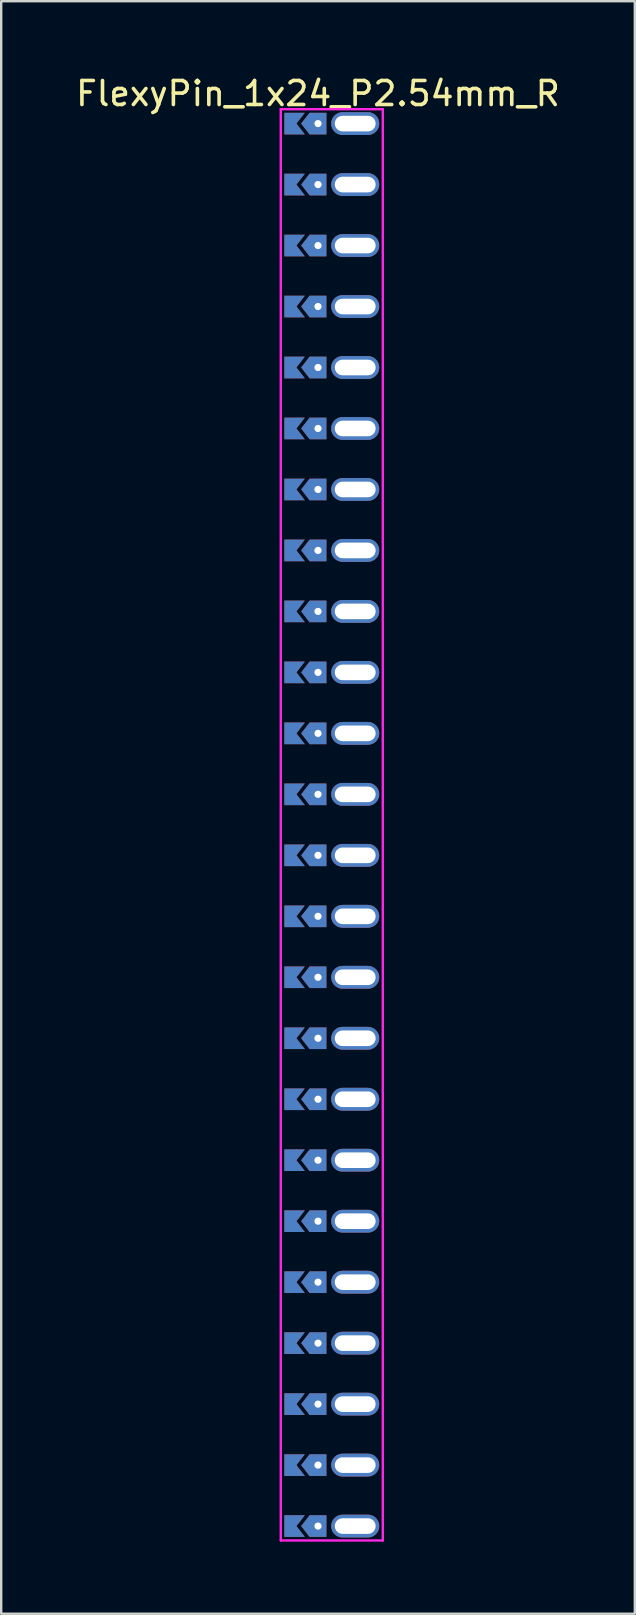
<source format=kicad_pcb>
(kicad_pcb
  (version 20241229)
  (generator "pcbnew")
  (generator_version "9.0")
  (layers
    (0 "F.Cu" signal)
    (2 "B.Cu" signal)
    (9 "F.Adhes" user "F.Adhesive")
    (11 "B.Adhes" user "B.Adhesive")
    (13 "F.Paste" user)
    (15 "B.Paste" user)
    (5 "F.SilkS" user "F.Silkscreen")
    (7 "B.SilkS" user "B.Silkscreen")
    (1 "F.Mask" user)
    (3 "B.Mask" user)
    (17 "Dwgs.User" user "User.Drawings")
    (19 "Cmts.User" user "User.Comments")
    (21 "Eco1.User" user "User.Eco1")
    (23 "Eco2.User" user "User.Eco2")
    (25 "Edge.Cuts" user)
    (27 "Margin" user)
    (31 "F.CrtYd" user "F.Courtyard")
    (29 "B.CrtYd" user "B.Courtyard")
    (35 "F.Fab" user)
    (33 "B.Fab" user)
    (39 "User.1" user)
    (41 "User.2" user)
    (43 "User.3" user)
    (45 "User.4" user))
  (footprint "FlexyPin_1x24_P2.54mm_R"
    (layer "F.Cu")
    (at 10.196 2.098)
    (property "Reference" "FlexyPin_1x24_P2.54mm_R" (at 0 -1.25 0) (layer "F.SilkS") (effects (font (size 1 1) (thickness 0.15))))
    (attr through_hole)
    (fp_line (start -1.55 -0.6) (end 2.7 -0.6) (stroke (width 0.1) (type solid)) (layer "F.CrtYd"))
    (fp_line (start -1.55 59.02) (end -1.55 -0.6) (stroke (width 0.1) (type solid)) (layer "F.CrtYd"))
    (fp_line (start 2.7 -0.6) (end 2.7 59.02) (stroke (width 0.1) (type solid)) (layer "F.CrtYd"))
    (fp_line (start 2.7 59.02) (end -1.55 59.02) (stroke (width 0.1) (type solid)) (layer "F.CrtYd"))
    (pad "" thru_hole custom (at 0 0) (size 0.3 0.3) (drill 0.6) (layers "*.Cu" "*.Mask") (options (anchor rect)) (primitives (gr_poly (pts (xy 0.35 0.45) (xy 0.35 -0.45) (xy -0.35 -0.45) (xy -0.7 0) (xy -0.35 0.45)) (width 0) (fill yes))))
    (pad "" thru_hole custom (at 0 2.54) (size 0.3 0.3) (drill 0.6) (layers "*.Cu" "*.Mask") (options (anchor rect)) (primitives (gr_poly (pts (xy 0.35 0.45) (xy 0.35 -0.45) (xy -0.35 -0.45) (xy -0.7 0) (xy -0.35 0.45)) (width 0) (fill yes))))
    (pad "" thru_hole custom (at 0 5.08) (size 0.3 0.3) (drill 0.6) (layers "*.Cu" "*.Mask") (options (anchor rect)) (primitives (gr_poly (pts (xy 0.35 0.45) (xy 0.35 -0.45) (xy -0.35 -0.45) (xy -0.7 0) (xy -0.35 0.45)) (width 0) (fill yes))))
    (pad "" thru_hole custom (at 0 7.62) (size 0.3 0.3) (drill 0.6) (layers "*.Cu" "*.Mask") (options (anchor rect)) (primitives (gr_poly (pts (xy 0.35 0.45) (xy 0.35 -0.45) (xy -0.35 -0.45) (xy -0.7 0) (xy -0.35 0.45)) (width 0) (fill yes))))
    (pad "" thru_hole custom (at 0 10.16) (size 0.3 0.3) (drill 0.6) (layers "*.Cu" "*.Mask") (options (anchor rect)) (primitives (gr_poly (pts (xy 0.35 0.45) (xy 0.35 -0.45) (xy -0.35 -0.45) (xy -0.7 0) (xy -0.35 0.45)) (width 0) (fill yes))))
    (pad "" thru_hole custom (at 0 12.7) (size 0.3 0.3) (drill 0.6) (layers "*.Cu" "*.Mask") (options (anchor rect)) (primitives (gr_poly (pts (xy 0.35 0.45) (xy 0.35 -0.45) (xy -0.35 -0.45) (xy -0.7 0) (xy -0.35 0.45)) (width 0) (fill yes))))
    (pad "" thru_hole custom (at 0 15.24) (size 0.3 0.3) (drill 0.6) (layers "*.Cu" "*.Mask") (options (anchor rect)) (primitives (gr_poly (pts (xy 0.35 0.45) (xy 0.35 -0.45) (xy -0.35 -0.45) (xy -0.7 0) (xy -0.35 0.45)) (width 0) (fill yes))))
    (pad "" thru_hole custom (at 0 17.78) (size 0.3 0.3) (drill 0.6) (layers "*.Cu" "*.Mask") (options (anchor rect)) (primitives (gr_poly (pts (xy 0.35 0.45) (xy 0.35 -0.45) (xy -0.35 -0.45) (xy -0.7 0) (xy -0.35 0.45)) (width 0) (fill yes))))
    (pad "" thru_hole custom (at 0 20.32) (size 0.3 0.3) (drill 0.6) (layers "*.Cu" "*.Mask") (options (anchor rect)) (primitives (gr_poly (pts (xy 0.35 0.45) (xy 0.35 -0.45) (xy -0.35 -0.45) (xy -0.7 0) (xy -0.35 0.45)) (width 0) (fill yes))))
    (pad "" thru_hole custom (at 0 22.86) (size 0.3 0.3) (drill 0.6) (layers "*.Cu" "*.Mask") (options (anchor rect)) (primitives (gr_poly (pts (xy 0.35 0.45) (xy 0.35 -0.45) (xy -0.35 -0.45) (xy -0.7 0) (xy -0.35 0.45)) (width 0) (fill yes))))
    (pad "" thru_hole custom (at 0 25.4) (size 0.3 0.3) (drill 0.6) (layers "*.Cu" "*.Mask") (options (anchor rect)) (primitives (gr_poly (pts (xy 0.35 0.45) (xy 0.35 -0.45) (xy -0.35 -0.45) (xy -0.7 0) (xy -0.35 0.45)) (width 0) (fill yes))))
    (pad "" thru_hole custom (at 0 27.94) (size 0.3 0.3) (drill 0.6) (layers "*.Cu" "*.Mask") (options (anchor rect)) (primitives (gr_poly (pts (xy 0.35 0.45) (xy 0.35 -0.45) (xy -0.35 -0.45) (xy -0.7 0) (xy -0.35 0.45)) (width 0) (fill yes))))
    (pad "" thru_hole custom (at 0 30.48) (size 0.3 0.3) (drill 0.6) (layers "*.Cu" "*.Mask") (options (anchor rect)) (primitives (gr_poly (pts (xy 0.35 0.45) (xy 0.35 -0.45) (xy -0.35 -0.45) (xy -0.7 0) (xy -0.35 0.45)) (width 0) (fill yes))))
    (pad "" thru_hole custom (at 0 33.02) (size 0.3 0.3) (drill 0.6) (layers "*.Cu" "*.Mask") (options (anchor rect)) (primitives (gr_poly (pts (xy 0.35 0.45) (xy 0.35 -0.45) (xy -0.35 -0.45) (xy -0.7 0) (xy -0.35 0.45)) (width 0) (fill yes))))
    (pad "" thru_hole custom (at 0 35.56) (size 0.3 0.3) (drill 0.6) (layers "*.Cu" "*.Mask") (options (anchor rect)) (primitives (gr_poly (pts (xy 0.35 0.45) (xy 0.35 -0.45) (xy -0.35 -0.45) (xy -0.7 0) (xy -0.35 0.45)) (width 0) (fill yes))))
    (pad "" thru_hole custom (at 0 38.1) (size 0.3 0.3) (drill 0.6) (layers "*.Cu" "*.Mask") (options (anchor rect)) (primitives (gr_poly (pts (xy 0.35 0.45) (xy 0.35 -0.45) (xy -0.35 -0.45) (xy -0.7 0) (xy -0.35 0.45)) (width 0) (fill yes))))
    (pad "" thru_hole custom (at 0 40.64) (size 0.3 0.3) (drill 0.6) (layers "*.Cu" "*.Mask") (options (anchor rect)) (primitives (gr_poly (pts (xy 0.35 0.45) (xy 0.35 -0.45) (xy -0.35 -0.45) (xy -0.7 0) (xy -0.35 0.45)) (width 0) (fill yes))))
    (pad "" thru_hole custom (at 0 43.18) (size 0.3 0.3) (drill 0.6) (layers "*.Cu" "*.Mask") (options (anchor rect)) (primitives (gr_poly (pts (xy 0.35 0.45) (xy 0.35 -0.45) (xy -0.35 -0.45) (xy -0.7 0) (xy -0.35 0.45)) (width 0) (fill yes))))
    (pad "" thru_hole custom (at 0 45.72) (size 0.3 0.3) (drill 0.6) (layers "*.Cu" "*.Mask") (options (anchor rect)) (primitives (gr_poly (pts (xy 0.35 0.45) (xy 0.35 -0.45) (xy -0.35 -0.45) (xy -0.7 0) (xy -0.35 0.45)) (width 0) (fill yes))))
    (pad "" thru_hole custom (at 0 48.26) (size 0.3 0.3) (drill 0.6) (layers "*.Cu" "*.Mask") (options (anchor rect)) (primitives (gr_poly (pts (xy 0.35 0.45) (xy 0.35 -0.45) (xy -0.35 -0.45) (xy -0.7 0) (xy -0.35 0.45)) (width 0) (fill yes))))
    (pad "" thru_hole custom (at 0 50.8) (size 0.3 0.3) (drill 0.6) (layers "*.Cu" "*.Mask") (options (anchor rect)) (primitives (gr_poly (pts (xy 0.35 0.45) (xy 0.35 -0.45) (xy -0.35 -0.45) (xy -0.7 0) (xy -0.35 0.45)) (width 0) (fill yes))))
    (pad "" thru_hole custom (at 0 53.34) (size 0.3 0.3) (drill 0.6) (layers "*.Cu" "*.Mask") (options (anchor rect)) (primitives (gr_poly (pts (xy 0.35 0.45) (xy 0.35 -0.45) (xy -0.35 -0.45) (xy -0.7 0) (xy -0.35 0.45)) (width 0) (fill yes))))
    (pad "" thru_hole custom (at 0 55.88) (size 0.3 0.3) (drill 0.6) (layers "*.Cu" "*.Mask") (options (anchor rect)) (primitives (gr_poly (pts (xy 0.35 0.45) (xy 0.35 -0.45) (xy -0.35 -0.45) (xy -0.7 0) (xy -0.35 0.45)) (width 0) (fill yes))))
    (pad "" thru_hole custom (at 0 58.42) (size 0.3 0.3) (drill 0.6) (layers "*.Cu" "*.Mask") (options (anchor rect)) (primitives (gr_poly (pts (xy 0.35 0.45) (xy 0.35 -0.45) (xy -0.35 -0.45) (xy -0.7 0) (xy -0.35 0.45)) (width 0) (fill yes))))
    (pad "" thru_hole oval (at 1.55 0) (size 2 0.95) (drill oval 1.7 0.65) (layers "*.Cu" "*.Mask"))
    (pad "" thru_hole oval (at 1.55 2.54) (size 2 0.95) (drill oval 1.7 0.65) (layers "*.Cu" "*.Mask"))
    (pad "" thru_hole oval (at 1.55 5.08) (size 2 0.95) (drill oval 1.7 0.65) (layers "*.Cu" "*.Mask"))
    (pad "" thru_hole oval (at 1.55 7.62) (size 2 0.95) (drill oval 1.7 0.65) (layers "*.Cu" "*.Mask"))
    (pad "" thru_hole oval (at 1.55 10.16) (size 2 0.95) (drill oval 1.7 0.65) (layers "*.Cu" "*.Mask"))
    (pad "" thru_hole oval (at 1.55 12.7) (size 2 0.95) (drill oval 1.7 0.65) (layers "*.Cu" "*.Mask"))
    (pad "" thru_hole oval (at 1.55 15.24) (size 2 0.95) (drill oval 1.7 0.65) (layers "*.Cu" "*.Mask"))
    (pad "" thru_hole oval (at 1.55 17.78) (size 2 0.95) (drill oval 1.7 0.65) (layers "*.Cu" "*.Mask"))
    (pad "" thru_hole oval (at 1.55 20.32) (size 2 0.95) (drill oval 1.7 0.65) (layers "*.Cu" "*.Mask"))
    (pad "" thru_hole oval (at 1.55 22.86) (size 2 0.95) (drill oval 1.7 0.65) (layers "*.Cu" "*.Mask"))
    (pad "" thru_hole oval (at 1.55 25.4) (size 2 0.95) (drill oval 1.7 0.65) (layers "*.Cu" "*.Mask"))
    (pad "" thru_hole oval (at 1.55 27.94) (size 2 0.95) (drill oval 1.7 0.65) (layers "*.Cu" "*.Mask"))
    (pad "" thru_hole oval (at 1.55 30.48) (size 2 0.95) (drill oval 1.7 0.65) (layers "*.Cu" "*.Mask"))
    (pad "" thru_hole oval (at 1.55 33.02) (size 2 0.95) (drill oval 1.7 0.65) (layers "*.Cu" "*.Mask"))
    (pad "" thru_hole oval (at 1.55 35.56) (size 2 0.95) (drill oval 1.7 0.65) (layers "*.Cu" "*.Mask"))
    (pad "" thru_hole oval (at 1.55 38.1) (size 2 0.95) (drill oval 1.7 0.65) (layers "*.Cu" "*.Mask"))
    (pad "" thru_hole oval (at 1.55 40.64) (size 2 0.95) (drill oval 1.7 0.65) (layers "*.Cu" "*.Mask"))
    (pad "" thru_hole oval (at 1.55 43.18) (size 2 0.95) (drill oval 1.7 0.65) (layers "*.Cu" "*.Mask"))
    (pad "" thru_hole oval (at 1.55 45.72) (size 2 0.95) (drill oval 1.7 0.65) (layers "*.Cu" "*.Mask"))
    (pad "" thru_hole oval (at 1.55 48.26) (size 2 0.95) (drill oval 1.7 0.65) (layers "*.Cu" "*.Mask"))
    (pad "" thru_hole oval (at 1.55 50.8) (size 2 0.95) (drill oval 1.7 0.65) (layers "*.Cu" "*.Mask"))
    (pad "" thru_hole oval (at 1.55 53.34) (size 2 0.95) (drill oval 1.7 0.65) (layers "*.Cu" "*.Mask"))
    (pad "" thru_hole oval (at 1.55 55.88) (size 2 0.95) (drill oval 1.7 0.65) (layers "*.Cu" "*.Mask"))
    (pad "" thru_hole oval (at 1.55 58.42) (size 2 0.95) (drill oval 1.7 0.65) (layers "*.Cu" "*.Mask"))
    (pad "1" smd custom (at -0.9 0) (size 0.01 0.01) (layers "F.Cu" "F.Mask") (options (anchor rect)) (primitives (gr_poly (pts (xy 0 0) (xy 0.35 0.45) (xy -0.5 0.45) (xy -0.5 -0.45) (xy 0.35 -0.45)) (width 0) (fill yes))))
    (pad "2" smd custom (at -0.9 2.54) (size 0.01 0.01) (layers "F.Cu" "F.Mask") (options (anchor rect)) (primitives (gr_poly (pts (xy 0 0) (xy 0.35 0.45) (xy -0.5 0.45) (xy -0.5 -0.45) (xy 0.35 -0.45)) (width 0) (fill yes))))
    (pad "3" smd custom (at -0.9 5.08) (size 0.01 0.01) (layers "F.Cu" "F.Mask") (options (anchor rect)) (primitives (gr_poly (pts (xy 0 0) (xy 0.35 0.45) (xy -0.5 0.45) (xy -0.5 -0.45) (xy 0.35 -0.45)) (width 0) (fill yes))))
    (pad "4" smd custom (at -0.9 7.62) (size 0.01 0.01) (layers "F.Cu" "F.Mask") (options (anchor rect)) (primitives (gr_poly (pts (xy 0 0) (xy 0.35 0.45) (xy -0.5 0.45) (xy -0.5 -0.45) (xy 0.35 -0.45)) (width 0) (fill yes))))
    (pad "5" smd custom (at -0.9 10.16) (size 0.01 0.01) (layers "F.Cu" "F.Mask") (options (anchor rect)) (primitives (gr_poly (pts (xy 0 0) (xy 0.35 0.45) (xy -0.5 0.45) (xy -0.5 -0.45) (xy 0.35 -0.45)) (width 0) (fill yes))))
    (pad "6" smd custom (at -0.9 12.7) (size 0.01 0.01) (layers "F.Cu" "F.Mask") (options (anchor rect)) (primitives (gr_poly (pts (xy 0 0) (xy 0.35 0.45) (xy -0.5 0.45) (xy -0.5 -0.45) (xy 0.35 -0.45)) (width 0) (fill yes))))
    (pad "7" smd custom (at -0.9 15.24) (size 0.01 0.01) (layers "F.Cu" "F.Mask") (options (anchor rect)) (primitives (gr_poly (pts (xy 0 0) (xy 0.35 0.45) (xy -0.5 0.45) (xy -0.5 -0.45) (xy 0.35 -0.45)) (width 0) (fill yes))))
    (pad "8" smd custom (at -0.9 17.78) (size 0.01 0.01) (layers "F.Cu" "F.Mask") (options (anchor rect)) (primitives (gr_poly (pts (xy 0 0) (xy 0.35 0.45) (xy -0.5 0.45) (xy -0.5 -0.45) (xy 0.35 -0.45)) (width 0) (fill yes))))
    (pad "9" smd custom (at -0.9 20.32) (size 0.01 0.01) (layers "F.Cu" "F.Mask") (options (anchor rect)) (primitives (gr_poly (pts (xy 0 0) (xy 0.35 0.45) (xy -0.5 0.45) (xy -0.5 -0.45) (xy 0.35 -0.45)) (width 0) (fill yes))))
    (pad "10" smd custom (at -0.9 22.86) (size 0.01 0.01) (layers "F.Cu" "F.Mask") (options (anchor rect)) (primitives (gr_poly (pts (xy 0 0) (xy 0.35 0.45) (xy -0.5 0.45) (xy -0.5 -0.45) (xy 0.35 -0.45)) (width 0) (fill yes))))
    (pad "11" smd custom (at -0.9 25.4) (size 0.01 0.01) (layers "F.Cu" "F.Mask") (options (anchor rect)) (primitives (gr_poly (pts (xy 0 0) (xy 0.35 0.45) (xy -0.5 0.45) (xy -0.5 -0.45) (xy 0.35 -0.45)) (width 0) (fill yes))))
    (pad "12" smd custom (at -0.9 27.94) (size 0.01 0.01) (layers "F.Cu" "F.Mask") (options (anchor rect)) (primitives (gr_poly (pts (xy 0 0) (xy 0.35 0.45) (xy -0.5 0.45) (xy -0.5 -0.45) (xy 0.35 -0.45)) (width 0) (fill yes))))
    (pad "13" smd custom (at -0.9 30.48) (size 0.01 0.01) (layers "F.Cu" "F.Mask") (options (anchor rect)) (primitives (gr_poly (pts (xy 0 0) (xy 0.35 0.45) (xy -0.5 0.45) (xy -0.5 -0.45) (xy 0.35 -0.45)) (width 0) (fill yes))))
    (pad "14" smd custom (at -0.9 33.02) (size 0.01 0.01) (layers "F.Cu" "F.Mask") (options (anchor rect)) (primitives (gr_poly (pts (xy 0 0) (xy 0.35 0.45) (xy -0.5 0.45) (xy -0.5 -0.45) (xy 0.35 -0.45)) (width 0) (fill yes))))
    (pad "15" smd custom (at -0.9 35.56) (size 0.01 0.01) (layers "F.Cu" "F.Mask") (options (anchor rect)) (primitives (gr_poly (pts (xy 0 0) (xy 0.35 0.45) (xy -0.5 0.45) (xy -0.5 -0.45) (xy 0.35 -0.45)) (width 0) (fill yes))))
    (pad "16" smd custom (at -0.9 38.1) (size 0.01 0.01) (layers "F.Cu" "F.Mask") (options (anchor rect)) (primitives (gr_poly (pts (xy 0 0) (xy 0.35 0.45) (xy -0.5 0.45) (xy -0.5 -0.45) (xy 0.35 -0.45)) (width 0) (fill yes))))
    (pad "17" smd custom (at -0.9 40.64) (size 0.01 0.01) (layers "F.Cu" "F.Mask") (options (anchor rect)) (primitives (gr_poly (pts (xy 0 0) (xy 0.35 0.45) (xy -0.5 0.45) (xy -0.5 -0.45) (xy 0.35 -0.45)) (width 0) (fill yes))))
    (pad "18" smd custom (at -0.9 43.18) (size 0.01 0.01) (layers "F.Cu" "F.Mask") (options (anchor rect)) (primitives (gr_poly (pts (xy 0 0) (xy 0.35 0.45) (xy -0.5 0.45) (xy -0.5 -0.45) (xy 0.35 -0.45)) (width 0) (fill yes))))
    (pad "19" smd custom (at -0.9 45.72) (size 0.01 0.01) (layers "F.Cu" "F.Mask") (options (anchor rect)) (primitives (gr_poly (pts (xy 0 0) (xy 0.35 0.45) (xy -0.5 0.45) (xy -0.5 -0.45) (xy 0.35 -0.45)) (width 0) (fill yes))))
    (pad "20" smd custom (at -0.9 48.26) (size 0.01 0.01) (layers "F.Cu" "F.Mask") (options (anchor rect)) (primitives (gr_poly (pts (xy 0 0) (xy 0.35 0.45) (xy -0.5 0.45) (xy -0.5 -0.45) (xy 0.35 -0.45)) (width 0) (fill yes))))
    (pad "21" smd custom (at -0.9 50.8) (size 0.01 0.01) (layers "F.Cu" "F.Mask") (options (anchor rect)) (primitives (gr_poly (pts (xy 0 0) (xy 0.35 0.45) (xy -0.5 0.45) (xy -0.5 -0.45) (xy 0.35 -0.45)) (width 0) (fill yes))))
    (pad "22" smd custom (at -0.9 53.34) (size 0.01 0.01) (layers "F.Cu" "F.Mask") (options (anchor rect)) (primitives (gr_poly (pts (xy 0 0) (xy 0.35 0.45) (xy -0.5 0.45) (xy -0.5 -0.45) (xy 0.35 -0.45)) (width 0) (fill yes))))
    (pad "23" smd custom (at -0.9 55.88) (size 0.01 0.01) (layers "F.Cu" "F.Mask") (options (anchor rect)) (primitives (gr_poly (pts (xy 0 0) (xy 0.35 0.45) (xy -0.5 0.45) (xy -0.5 -0.45) (xy 0.35 -0.45)) (width 0) (fill yes))))
    (pad "24" smd custom (at -0.9 58.42) (size 0.01 0.01) (layers "F.Cu" "F.Mask") (options (anchor rect)) (primitives (gr_poly (pts (xy 0 0) (xy 0.35 0.45) (xy -0.5 0.45) (xy -0.5 -0.45) (xy 0.35 -0.45)) (width 0) (fill yes))))
    (pad "25" smd custom (at -0.9 0) (size 0.01 0.01) (layers "B.Cu" "B.Mask") (options (anchor rect)) (primitives (gr_poly (pts (xy 0 0) (xy 0.35 0.45) (xy -0.5 0.45) (xy -0.5 -0.45) (xy 0.35 -0.45)) (width 0) (fill yes))))
    (pad "26" smd custom (at -0.9 2.54) (size 0.01 0.01) (layers "B.Cu" "B.Mask") (options (anchor rect)) (primitives (gr_poly (pts (xy 0 0) (xy 0.35 0.45) (xy -0.5 0.45) (xy -0.5 -0.45) (xy 0.35 -0.45)) (width 0) (fill yes))))
    (pad "27" smd custom (at -0.9 5.08) (size 0.01 0.01) (layers "B.Cu" "B.Mask") (options (anchor rect)) (primitives (gr_poly (pts (xy 0 0) (xy 0.35 0.45) (xy -0.5 0.45) (xy -0.5 -0.45) (xy 0.35 -0.45)) (width 0) (fill yes))))
    (pad "28" smd custom (at -0.9 7.62) (size 0.01 0.01) (layers "B.Cu" "B.Mask") (options (anchor rect)) (primitives (gr_poly (pts (xy 0 0) (xy 0.35 0.45) (xy -0.5 0.45) (xy -0.5 -0.45) (xy 0.35 -0.45)) (width 0) (fill yes))))
    (pad "29" smd custom (at -0.9 10.16) (size 0.01 0.01) (layers "B.Cu" "B.Mask") (options (anchor rect)) (primitives (gr_poly (pts (xy 0 0) (xy 0.35 0.45) (xy -0.5 0.45) (xy -0.5 -0.45) (xy 0.35 -0.45)) (width 0) (fill yes))))
    (pad "30" smd custom (at -0.9 12.7) (size 0.01 0.01) (layers "B.Cu" "B.Mask") (options (anchor rect)) (primitives (gr_poly (pts (xy 0 0) (xy 0.35 0.45) (xy -0.5 0.45) (xy -0.5 -0.45) (xy 0.35 -0.45)) (width 0) (fill yes))))
    (pad "31" smd custom (at -0.9 15.24) (size 0.01 0.01) (layers "B.Cu" "B.Mask") (options (anchor rect)) (primitives (gr_poly (pts (xy 0 0) (xy 0.35 0.45) (xy -0.5 0.45) (xy -0.5 -0.45) (xy 0.35 -0.45)) (width 0) (fill yes))))
    (pad "32" smd custom (at -0.9 17.78) (size 0.01 0.01) (layers "B.Cu" "B.Mask") (options (anchor rect)) (primitives (gr_poly (pts (xy 0 0) (xy 0.35 0.45) (xy -0.5 0.45) (xy -0.5 -0.45) (xy 0.35 -0.45)) (width 0) (fill yes))))
    (pad "33" smd custom (at -0.9 20.32) (size 0.01 0.01) (layers "B.Cu" "B.Mask") (options (anchor rect)) (primitives (gr_poly (pts (xy 0 0) (xy 0.35 0.45) (xy -0.5 0.45) (xy -0.5 -0.45) (xy 0.35 -0.45)) (width 0) (fill yes))))
    (pad "34" smd custom (at -0.9 22.86) (size 0.01 0.01) (layers "B.Cu" "B.Mask") (options (anchor rect)) (primitives (gr_poly (pts (xy 0 0) (xy 0.35 0.45) (xy -0.5 0.45) (xy -0.5 -0.45) (xy 0.35 -0.45)) (width 0) (fill yes))))
    (pad "35" smd custom (at -0.9 25.4) (size 0.01 0.01) (layers "B.Cu" "B.Mask") (options (anchor rect)) (primitives (gr_poly (pts (xy 0 0) (xy 0.35 0.45) (xy -0.5 0.45) (xy -0.5 -0.45) (xy 0.35 -0.45)) (width 0) (fill yes))))
    (pad "36" smd custom (at -0.9 27.94) (size 0.01 0.01) (layers "B.Cu" "B.Mask") (options (anchor rect)) (primitives (gr_poly (pts (xy 0 0) (xy 0.35 0.45) (xy -0.5 0.45) (xy -0.5 -0.45) (xy 0.35 -0.45)) (width 0) (fill yes))))
    (pad "37" smd custom (at -0.9 30.48) (size 0.01 0.01) (layers "B.Cu" "B.Mask") (options (anchor rect)) (primitives (gr_poly (pts (xy 0 0) (xy 0.35 0.45) (xy -0.5 0.45) (xy -0.5 -0.45) (xy 0.35 -0.45)) (width 0) (fill yes))))
    (pad "38" smd custom (at -0.9 33.02) (size 0.01 0.01) (layers "B.Cu" "B.Mask") (options (anchor rect)) (primitives (gr_poly (pts (xy 0 0) (xy 0.35 0.45) (xy -0.5 0.45) (xy -0.5 -0.45) (xy 0.35 -0.45)) (width 0) (fill yes))))
    (pad "39" smd custom (at -0.9 35.56) (size 0.01 0.01) (layers "B.Cu" "B.Mask") (options (anchor rect)) (primitives (gr_poly (pts (xy 0 0) (xy 0.35 0.45) (xy -0.5 0.45) (xy -0.5 -0.45) (xy 0.35 -0.45)) (width 0) (fill yes))))
    (pad "40" smd custom (at -0.9 38.1) (size 0.01 0.01) (layers "B.Cu" "B.Mask") (options (anchor rect)) (primitives (gr_poly (pts (xy 0 0) (xy 0.35 0.45) (xy -0.5 0.45) (xy -0.5 -0.45) (xy 0.35 -0.45)) (width 0) (fill yes))))
    (pad "41" smd custom (at -0.9 40.64) (size 0.01 0.01) (layers "B.Cu" "B.Mask") (options (anchor rect)) (primitives (gr_poly (pts (xy 0 0) (xy 0.35 0.45) (xy -0.5 0.45) (xy -0.5 -0.45) (xy 0.35 -0.45)) (width 0) (fill yes))))
    (pad "42" smd custom (at -0.9 43.18) (size 0.01 0.01) (layers "B.Cu" "B.Mask") (options (anchor rect)) (primitives (gr_poly (pts (xy 0 0) (xy 0.35 0.45) (xy -0.5 0.45) (xy -0.5 -0.45) (xy 0.35 -0.45)) (width 0) (fill yes))))
    (pad "43" smd custom (at -0.9 45.72) (size 0.01 0.01) (layers "B.Cu" "B.Mask") (options (anchor rect)) (primitives (gr_poly (pts (xy 0 0) (xy 0.35 0.45) (xy -0.5 0.45) (xy -0.5 -0.45) (xy 0.35 -0.45)) (width 0) (fill yes))))
    (pad "44" smd custom (at -0.9 48.26) (size 0.01 0.01) (layers "B.Cu" "B.Mask") (options (anchor rect)) (primitives (gr_poly (pts (xy 0 0) (xy 0.35 0.45) (xy -0.5 0.45) (xy -0.5 -0.45) (xy 0.35 -0.45)) (width 0) (fill yes))))
    (pad "45" smd custom (at -0.9 50.8) (size 0.01 0.01) (layers "B.Cu" "B.Mask") (options (anchor rect)) (primitives (gr_poly (pts (xy 0 0) (xy 0.35 0.45) (xy -0.5 0.45) (xy -0.5 -0.45) (xy 0.35 -0.45)) (width 0) (fill yes))))
    (pad "46" smd custom (at -0.9 53.34) (size 0.01 0.01) (layers "B.Cu" "B.Mask") (options (anchor rect)) (primitives (gr_poly (pts (xy 0 0) (xy 0.35 0.45) (xy -0.5 0.45) (xy -0.5 -0.45) (xy 0.35 -0.45)) (width 0) (fill yes))))
    (pad "47" smd custom (at -0.9 55.88) (size 0.01 0.01) (layers "B.Cu" "B.Mask") (options (anchor rect)) (primitives (gr_poly (pts (xy 0 0) (xy 0.35 0.45) (xy -0.5 0.45) (xy -0.5 -0.45) (xy 0.35 -0.45)) (width 0) (fill yes))))
    (pad "48" smd custom (at -0.9 58.42) (size 0.01 0.01) (layers "B.Cu" "B.Mask") (options (anchor rect)) (primitives (gr_poly (pts (xy 0 0) (xy 0.35 0.45) (xy -0.5 0.45) (xy -0.5 -0.45) (xy 0.35 -0.45)) (width 0) (fill yes)))))
  (gr_rect
    (start -3 -3)
    (end 23.393 64.168)
    (stroke (width 0.1) (type default))
    (fill no)
    (layer "Edge.Cuts")))
</source>
